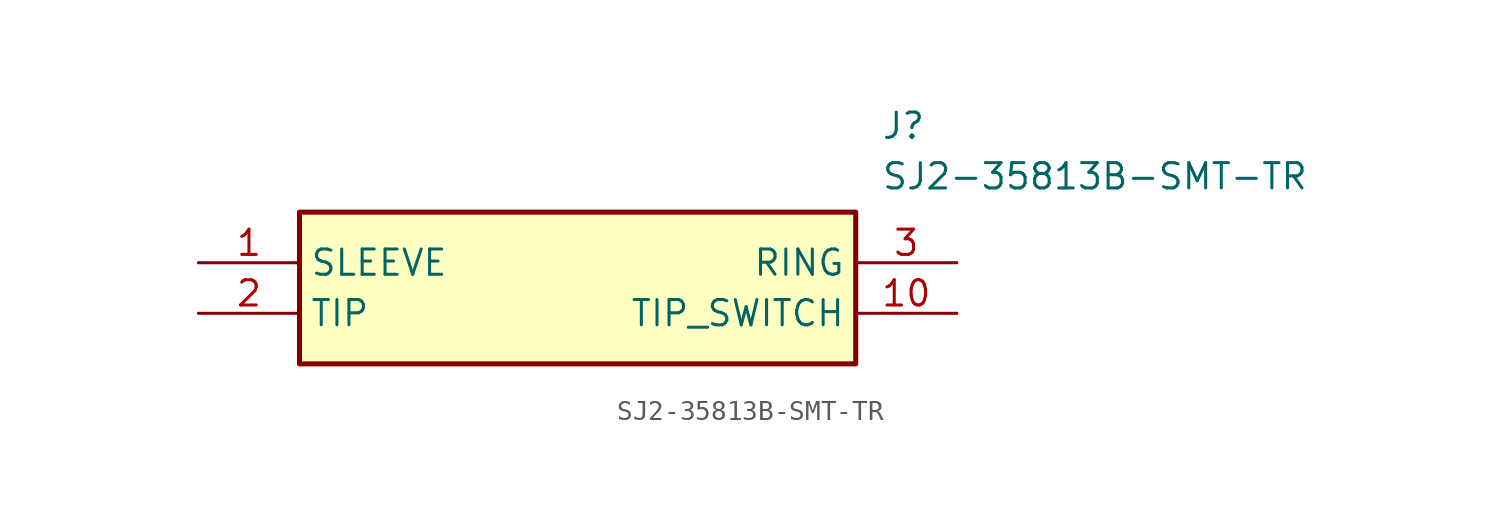
<source format=kicad_sym>
(kicad_symbol_lib
  (version 20211014)
  (generator SamacSys_ECAD_Model)
  (symbol "SJ2-35813B-SMT-TR"
    (property "Reference" "J"
      (at 34.29 7.62 0)
      (effects (font (size 1.27 1.27)) (justify left top)))
    (property "Value" "SJ2-35813B-SMT-TR"
      (at 34.29 5.08 0)
      (effects (font (size 1.27 1.27)) (justify left top)))
    (rectangle
      (start 5.08 2.54)
      (end 33.02 -5.08)
      (stroke (width 0.254) (type default))
      (fill (type background)))
    (pin passive line
      (at 0 0 0)
      (length 5.08)
      (name "SLEEVE" (effects (font (size 1.27 1.27))))
      (number "1" (effects (font (size 1.27 1.27)))))
    (pin passive line
      (at 0 -2.54 0)
      (length 5.08)
      (name "TIP" (effects (font (size 1.27 1.27))))
      (number "2" (effects (font (size 1.27 1.27)))))
    (pin passive line
      (at 38.1 0 180)
      (length 5.08)
      (name "RING" (effects (font (size 1.27 1.27))))
      (number "3" (effects (font (size 1.27 1.27)))))
    (pin passive line
      (at 38.1 -2.54 180)
      (length 5.08)
      (name "TIP_SWITCH" (effects (font (size 1.27 1.27))))
      (number "10" (effects (font (size 1.27 1.27)))))))
</source>
